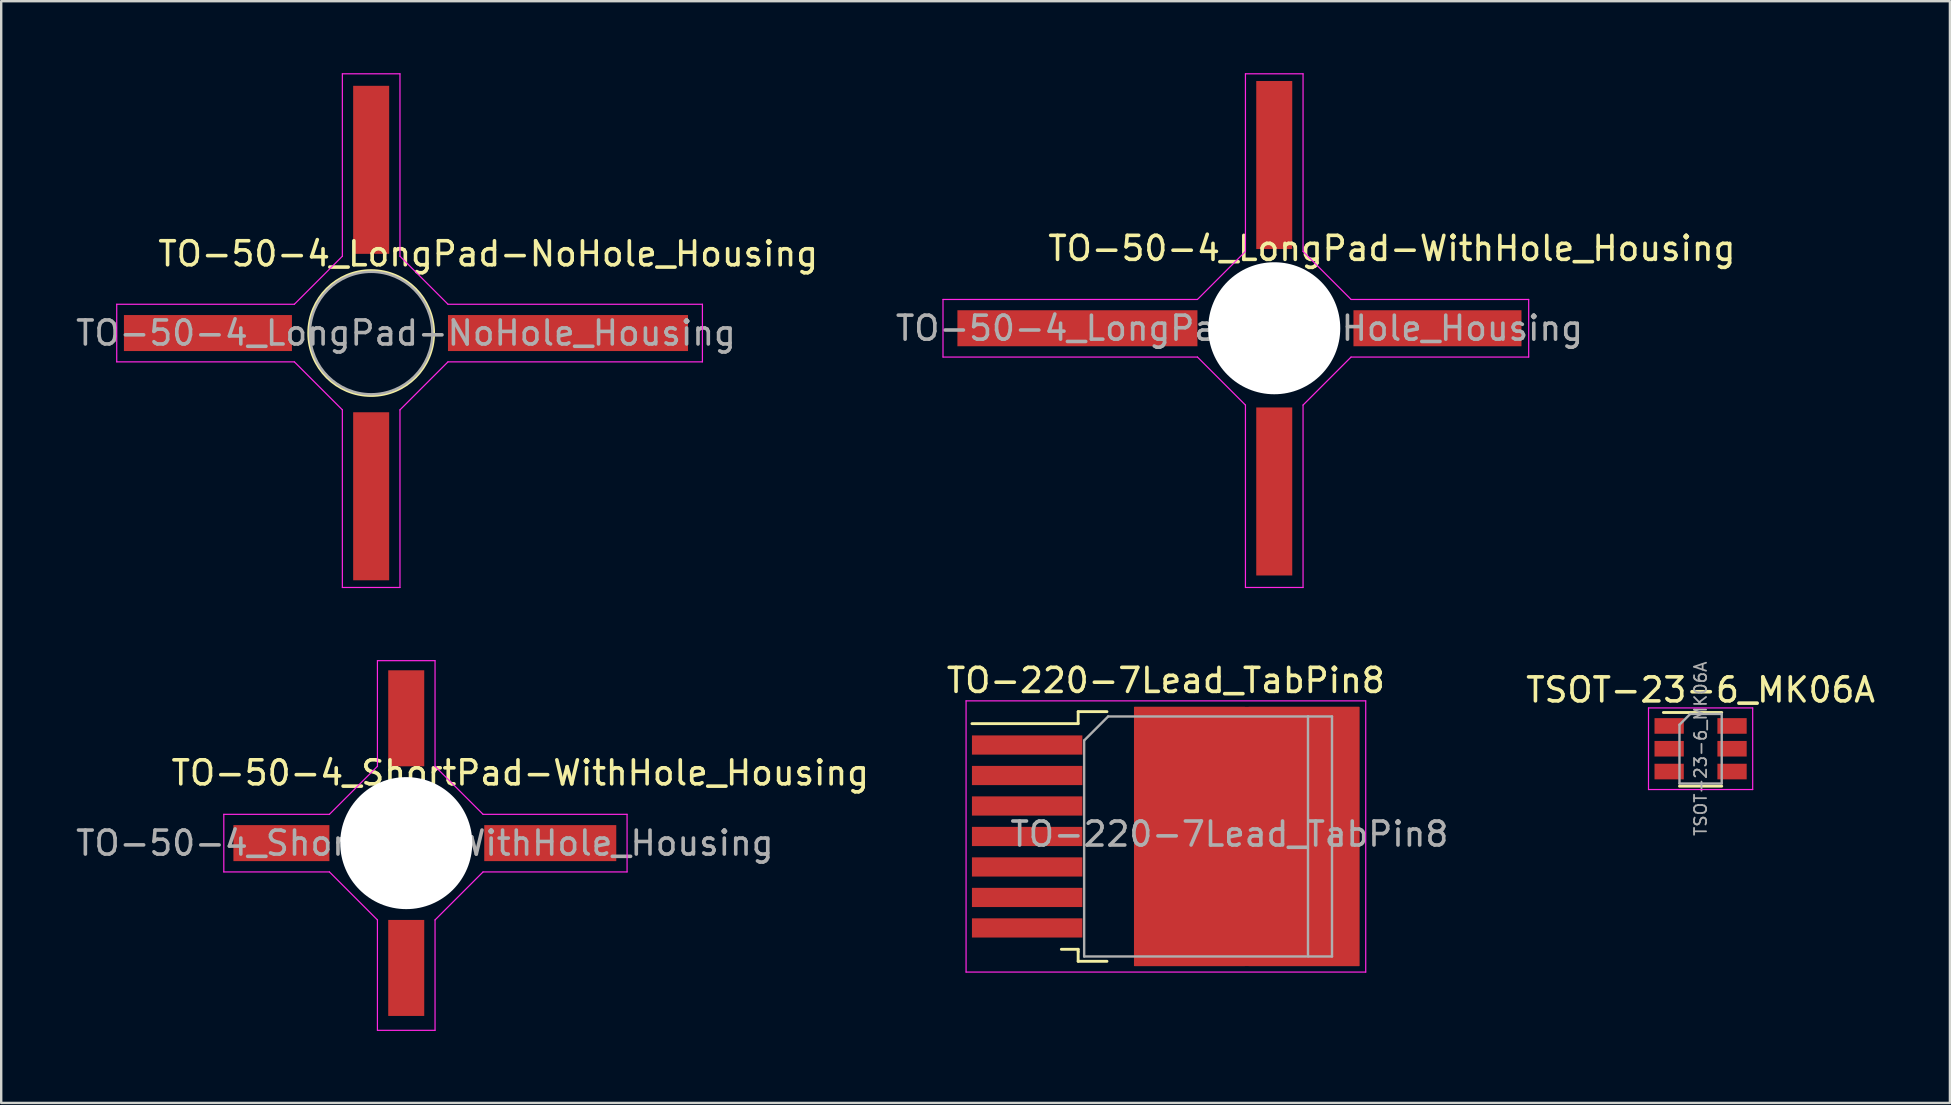
<source format=kicad_pcb>
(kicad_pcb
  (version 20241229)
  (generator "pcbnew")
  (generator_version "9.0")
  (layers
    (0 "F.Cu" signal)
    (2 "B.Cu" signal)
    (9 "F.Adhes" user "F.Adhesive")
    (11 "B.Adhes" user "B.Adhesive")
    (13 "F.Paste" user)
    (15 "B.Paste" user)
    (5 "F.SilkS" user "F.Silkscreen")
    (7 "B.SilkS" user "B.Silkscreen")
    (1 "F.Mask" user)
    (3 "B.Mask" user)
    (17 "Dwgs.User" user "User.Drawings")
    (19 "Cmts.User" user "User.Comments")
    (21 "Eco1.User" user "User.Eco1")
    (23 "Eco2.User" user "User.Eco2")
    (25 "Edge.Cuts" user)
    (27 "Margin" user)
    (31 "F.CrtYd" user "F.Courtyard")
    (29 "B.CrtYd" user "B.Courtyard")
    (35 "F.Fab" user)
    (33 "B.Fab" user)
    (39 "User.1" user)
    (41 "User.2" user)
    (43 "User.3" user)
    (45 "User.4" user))
  (footprint "TO-50-4_LongPad-WithHole_Housing"
    (layer "F.Cu")
    (at 49.336 10.625)
    (property "Reference" "TO-50-4_LongPad-WithHole_Housing" (at 5.6 -3.325 180) (layer "F.SilkS") (effects (font (size 1 1) (thickness 0.15))))
    (attr smd)
    (fp_line (start -13.1 -1.2) (end -2.5 -1.2) (stroke (width 0.05) (type solid)) (layer "F.CrtYd"))
    (fp_line (start -13.1 1.2) (end -13.1 -1.2) (stroke (width 0.05) (type solid)) (layer "F.CrtYd"))
    (fp_line (start -2.5 -1.2) (end -0.5 -3.2) (stroke (width 0.05) (type solid)) (layer "F.CrtYd"))
    (fp_line (start -2.5 1.2) (end -13.1 1.2) (stroke (width 0.05) (type solid)) (layer "F.CrtYd"))
    (fp_line (start -0.5 -10.6) (end 1.9 -10.6) (stroke (width 0.05) (type solid)) (layer "F.CrtYd"))
    (fp_line (start -0.5 -3.2) (end -0.5 -10.6) (stroke (width 0.05) (type solid)) (layer "F.CrtYd"))
    (fp_line (start -0.5 3.2) (end -2.5 1.2) (stroke (width 0.05) (type solid)) (layer "F.CrtYd"))
    (fp_line (start -0.5 10.8) (end -0.5 3.2) (stroke (width 0.05) (type solid)) (layer "F.CrtYd"))
    (fp_line (start 1.9 -10.6) (end 1.9 -3.2) (stroke (width 0.05) (type solid)) (layer "F.CrtYd"))
    (fp_line (start 1.9 -3.2) (end 3.9 -1.2) (stroke (width 0.05) (type solid)) (layer "F.CrtYd"))
    (fp_line (start 1.9 3.2) (end 1.9 10.8) (stroke (width 0.05) (type solid)) (layer "F.CrtYd"))
    (fp_line (start 1.9 10.8) (end -0.5 10.8) (stroke (width 0.05) (type solid)) (layer "F.CrtYd"))
    (fp_line (start 3.9 -1.2) (end 11.3 -1.2) (stroke (width 0.05) (type solid)) (layer "F.CrtYd"))
    (fp_line (start 3.9 1.2) (end 1.9 3.2) (stroke (width 0.05) (type solid)) (layer "F.CrtYd"))
    (fp_line (start 11.3 -1.2) (end 11.3 1.2) (stroke (width 0.05) (type solid)) (layer "F.CrtYd"))
    (fp_line (start 11.3 1.2) (end 3.9 1.2) (stroke (width 0.05) (type solid)) (layer "F.CrtYd"))
    (fp_circle (center 0.7 0) (end 0.65 2.55) (stroke (width 0.1) (type solid)) (fill no) (layer "F.Fab"))
    (fp_text user "${REFERENCE}" (at -0.75 0 0) (layer "F.Fab") (effects (font (size 1 1) (thickness 0.15))))
    (pad "" np_thru_hole circle (at 0.7 0 90) (size 5.5 5.5) (drill 5.5) (layers "*.Cu" "*.Mask"))
    (pad "1" smd rect (at 7.5 0 90) (size 1.5 7) (layers "F.Cu" "F.Mask" "F.Paste"))
    (pad "2" smd rect (at 0.7 -6.8 90) (size 7 1.5) (layers "F.Cu" "F.Mask" "F.Paste"))
    (pad "3" smd rect (at -7.5 0 90) (size 1.5 10) (layers "F.Cu" "F.Mask" "F.Paste"))
    (pad "4" smd rect (at 0.7 6.8 90) (size 7 1.5) (layers "F.Cu" "F.Mask" "F.Paste")))
  (footprint "TSOT-23-6_MK06A"
    (layer "F.Cu")
    (at 67.798 28.143)
    (property "Reference" "TSOT-23-6_MK06A" (at 0 -2.45 0) (layer "F.SilkS") (effects (font (size 1 1) (thickness 0.15))))
    (attr smd)
    (fp_line (start -0.88 1.56) (end 0.88 1.56) (stroke (width 0.12) (type solid)) (layer "F.SilkS"))
    (fp_line (start 0.88 -1.51) (end -1.55 -1.51) (stroke (width 0.12) (type solid)) (layer "F.SilkS"))
    (fp_line (start -2.17 -1.7) (end -2.17 1.7) (stroke (width 0.05) (type solid)) (layer "F.CrtYd"))
    (fp_line (start -2.17 -1.7) (end 2.17 -1.7) (stroke (width 0.05) (type solid)) (layer "F.CrtYd"))
    (fp_line (start 2.17 1.7) (end -2.17 1.7) (stroke (width 0.05) (type solid)) (layer "F.CrtYd"))
    (fp_line (start 2.17 1.7) (end 2.17 -1.7) (stroke (width 0.05) (type solid)) (layer "F.CrtYd"))
    (fp_line (start -0.88 -1) (end -0.88 1.45) (stroke (width 0.1) (type solid)) (layer "F.Fab"))
    (fp_line (start -0.88 -1) (end -0.43 -1.45) (stroke (width 0.1) (type solid)) (layer "F.Fab"))
    (fp_line (start 0.88 -1.45) (end -0.43 -1.45) (stroke (width 0.1) (type solid)) (layer "F.Fab"))
    (fp_line (start 0.88 -1.45) (end 0.88 1.45) (stroke (width 0.1) (type solid)) (layer "F.Fab"))
    (fp_line (start 0.88 1.45) (end -0.88 1.45) (stroke (width 0.1) (type solid)) (layer "F.Fab"))
    (fp_text user "${REFERENCE}" (at 0 0 90) (layer "F.Fab") (effects (font (size 0.5 0.5) (thickness 0.075))))
    (pad "1" smd rect (at -1.31 -0.95) (size 1.22 0.65) (layers "F.Cu" "F.Mask" "F.Paste"))
    (pad "2" smd rect (at -1.31 0) (size 1.22 0.65) (layers "F.Cu" "F.Mask" "F.Paste"))
    (pad "3" smd rect (at -1.31 0.95) (size 1.22 0.65) (layers "F.Cu" "F.Mask" "F.Paste"))
    (pad "4" smd rect (at 1.31 0.95) (size 1.22 0.65) (layers "F.Cu" "F.Mask" "F.Paste"))
    (pad "5" smd rect (at 1.31 0) (size 1.22 0.65) (layers "F.Cu" "F.Mask" "F.Paste"))
    (pad "6" smd rect (at 1.31 -0.95) (size 1.22 0.65) (layers "F.Cu" "F.Mask" "F.Paste")))
  (footprint "TO-50-4_ShortPad-WithHole_Housing"
    (layer "F.Cu")
    (at 14.274 32.075)
    (property "Reference" "TO-50-4_ShortPad-WithHole_Housing" (at 4.35 -2.925 0) (layer "F.SilkS") (effects (font (size 1 1) (thickness 0.15))))
    (attr smd)
    (fp_line (start -8 -1.2) (end -3.6 -1.2) (stroke (width 0.05) (type solid)) (layer "F.CrtYd"))
    (fp_line (start -8 1.2) (end -8 -1.2) (stroke (width 0.05) (type solid)) (layer "F.CrtYd"))
    (fp_line (start -3.6 -1.2) (end -1.6 -3.2) (stroke (width 0.05) (type solid)) (layer "F.CrtYd"))
    (fp_line (start -3.6 1.2) (end -8 1.2) (stroke (width 0.05) (type solid)) (layer "F.CrtYd"))
    (fp_line (start -1.6 -7.6) (end 0.8 -7.6) (stroke (width 0.05) (type solid)) (layer "F.CrtYd"))
    (fp_line (start -1.6 -3.2) (end -1.6 -7.6) (stroke (width 0.05) (type solid)) (layer "F.CrtYd"))
    (fp_line (start -1.6 3.2) (end -3.6 1.2) (stroke (width 0.05) (type solid)) (layer "F.CrtYd"))
    (fp_line (start -1.6 7.8) (end -1.6 3.2) (stroke (width 0.05) (type solid)) (layer "F.CrtYd"))
    (fp_line (start 0.8 -7.6) (end 0.8 -3.2) (stroke (width 0.05) (type solid)) (layer "F.CrtYd"))
    (fp_line (start 0.8 -3.2) (end 2.8 -1.2) (stroke (width 0.05) (type solid)) (layer "F.CrtYd"))
    (fp_line (start 0.8 3.2) (end 0.8 7.8) (stroke (width 0.05) (type solid)) (layer "F.CrtYd"))
    (fp_line (start 0.8 7.8) (end -1.6 7.8) (stroke (width 0.05) (type solid)) (layer "F.CrtYd"))
    (fp_line (start 2.8 -1.2) (end 8.8 -1.2) (stroke (width 0.05) (type solid)) (layer "F.CrtYd"))
    (fp_line (start 2.8 1.2) (end 0.8 3.2) (stroke (width 0.05) (type solid)) (layer "F.CrtYd"))
    (fp_line (start 8.8 -1.2) (end 8.8 1.2) (stroke (width 0.05) (type solid)) (layer "F.CrtYd"))
    (fp_line (start 8.8 1.2) (end 2.8 1.2) (stroke (width 0.05) (type solid)) (layer "F.CrtYd"))
    (fp_circle (center -0.4 0) (end -0.35 -2.55) (stroke (width 0.1) (type solid)) (fill no) (layer "F.Fab"))
    (fp_text user "${REFERENCE}" (at 0.375 0 0) (layer "F.Fab") (effects (font (size 1 1) (thickness 0.15))))
    (pad "" np_thru_hole circle (at -0.4 0 270) (size 5.5 5.5) (drill 5.5) (layers "*.Cu" "*.Mask"))
    (pad "1" smd rect (at -5.6 0 270) (size 1.5 4) (layers "F.Cu" "F.Mask" "F.Paste"))
    (pad "2" smd rect (at -0.4 5.2 270) (size 4 1.5) (layers "F.Cu" "F.Mask" "F.Paste"))
    (pad "3" smd rect (at 5.6 0 270) (size 1.5 5.5) (layers "F.Cu" "F.Mask" "F.Paste"))
    (pad "4" smd rect (at -0.4 -5.2 270) (size 4 1.5) (layers "F.Cu" "F.Mask" "F.Paste")))
  (footprint "TO-220-7Lead_TabPin8"
    (layer "F.Cu")
    (at 45.517 31.798)
    (property "Reference" "TO-220-7Lead_TabPin8" (at 0 -6.5 0) (layer "F.SilkS") (effects (font (size 1 1) (thickness 0.15))))
    (attr smd)
    (fp_line (start -8.075 -4.7) (end -3.65 -4.7) (stroke (width 0.12) (type solid)) (layer "F.SilkS"))
    (fp_line (start -4.35 4.7) (end -3.65 4.7) (stroke (width 0.12) (type solid)) (layer "F.SilkS"))
    (fp_line (start -3.65 -5.2) (end -2.45 -5.2) (stroke (width 0.12) (type solid)) (layer "F.SilkS"))
    (fp_line (start -3.65 -4.7) (end -3.65 -5.2) (stroke (width 0.12) (type solid)) (layer "F.SilkS"))
    (fp_line (start -3.65 4.7) (end -3.65 4.8) (stroke (width 0.12) (type solid)) (layer "F.SilkS"))
    (fp_line (start -3.65 5.2) (end -3.65 4.8) (stroke (width 0.12) (type solid)) (layer "F.SilkS"))
    (fp_line (start -2.45 5.2) (end -3.65 5.2) (stroke (width 0.12) (type solid)) (layer "F.SilkS"))
    (fp_line (start -8.32 -5.65) (end -8.32 5.65) (stroke (width 0.05) (type solid)) (layer "F.CrtYd"))
    (fp_line (start -8.32 -5.65) (end 8.33 -5.65) (stroke (width 0.05) (type solid)) (layer "F.CrtYd"))
    (fp_line (start 8.33 5.65) (end -8.32 5.65) (stroke (width 0.05) (type solid)) (layer "F.CrtYd"))
    (fp_line (start 8.33 5.65) (end 8.33 -5.65) (stroke (width 0.05) (type solid)) (layer "F.CrtYd"))
    (fp_line (start -3.4 -4) (end -3.4 5) (stroke (width 0.1) (type solid)) (layer "F.Fab"))
    (fp_line (start -3.4 -4) (end -2.4 -5) (stroke (width 0.1) (type solid)) (layer "F.Fab"))
    (fp_line (start -3.4 5) (end 5.85 5) (stroke (width 0.1) (type solid)) (layer "F.Fab"))
    (fp_line (start -2.4 -5) (end 5.925 -5) (stroke (width 0.1) (type solid)) (layer "F.Fab"))
    (fp_line (start 5.925 -5) (end 5.925 5) (stroke (width 0.1) (type solid)) (layer "F.Fab"))
    (fp_line (start 5.925 -5) (end 6.925 -5) (stroke (width 0.1) (type solid)) (layer "F.Fab"))
    (fp_line (start 5.925 5) (end 6.925 5) (stroke (width 0.1) (type solid)) (layer "F.Fab"))
    (fp_line (start 6.925 -5) (end 6.925 5) (stroke (width 0.1) (type solid)) (layer "F.Fab"))
    (fp_text user "${REFERENCE}" (at 2.65 -0.1 0) (layer "F.Fab") (effects (font (size 1 1) (thickness 0.15))))
    (pad "1" smd rect (at -5.775 -3.81) (size 4.6 0.8) (layers "F.Cu" "F.Mask" "F.Paste"))
    (pad "2" smd rect (at -5.775 -2.54) (size 4.6 0.8) (layers "F.Cu" "F.Mask" "F.Paste"))
    (pad "3" smd rect (at -5.775 -1.27) (size 4.6 0.8) (layers "F.Cu" "F.Mask" "F.Paste"))
    (pad "4" smd rect (at -5.775 0) (size 4.6 0.8) (layers "F.Cu" "F.Mask" "F.Paste"))
    (pad "5" smd rect (at -5.775 1.27) (size 4.6 0.8) (layers "F.Cu" "F.Mask" "F.Paste"))
    (pad "6" smd rect (at -5.775 2.54) (size 4.6 0.8) (layers "F.Cu" "F.Mask" "F.Paste"))
    (pad "7" smd rect (at -5.775 3.81) (size 4.6 0.8) (layers "F.Cu" "F.Mask" "F.Paste"))
    (pad "8" smd rect (at 1 -2.75) (size 4.6 5.3) (layers "F.Cu" "F.Paste"))
    (pad "8" smd rect (at 1 2.75) (size 4.6 5.3) (layers "F.Cu" "F.Paste"))
    (pad "8" smd rect (at 3.375 0) (size 9.4 10.8) (layers "F.Cu" "F.Mask"))
    (pad "8" smd rect (at 5.75 -2.75) (size 4.6 5.3) (layers "F.Cu" "F.Paste"))
    (pad "8" smd rect (at 5.75 2.75) (size 4.6 5.3) (layers "F.Cu" "F.Paste")))
  (footprint "TO-50-4_LongPad-NoHole_Housing"
    (layer "F.Cu")
    (at 13.113 10.825)
    (property "Reference" "TO-50-4_LongPad-NoHole_Housing" (at 4.175 -3.3 0) (layer "F.SilkS") (effects (font (size 1 1) (thickness 0.15))))
    (attr smd)
    (fp_circle (center -0.7 0) (end -0.7 -2.6) (stroke (width 0.12) (type solid)) (fill no) (layer "F.SilkS"))
    (fp_line (start -11.3 -1.2) (end -3.9 -1.2) (stroke (width 0.05) (type solid)) (layer "F.CrtYd"))
    (fp_line (start -11.3 1.2) (end -11.3 -1.2) (stroke (width 0.05) (type solid)) (layer "F.CrtYd"))
    (fp_line (start -3.9 -1.2) (end -1.9 -3.2) (stroke (width 0.05) (type solid)) (layer "F.CrtYd"))
    (fp_line (start -3.9 1.2) (end -11.3 1.2) (stroke (width 0.05) (type solid)) (layer "F.CrtYd"))
    (fp_line (start -1.9 -10.8) (end 0.5 -10.8) (stroke (width 0.05) (type solid)) (layer "F.CrtYd"))
    (fp_line (start -1.9 -3.2) (end -1.9 -10.8) (stroke (width 0.05) (type solid)) (layer "F.CrtYd"))
    (fp_line (start -1.9 3.2) (end -3.9 1.2) (stroke (width 0.05) (type solid)) (layer "F.CrtYd"))
    (fp_line (start -1.9 10.6) (end -1.9 3.2) (stroke (width 0.05) (type solid)) (layer "F.CrtYd"))
    (fp_line (start 0.5 -10.8) (end 0.5 -3.2) (stroke (width 0.05) (type solid)) (layer "F.CrtYd"))
    (fp_line (start 0.5 -3.2) (end 2.5 -1.2) (stroke (width 0.05) (type solid)) (layer "F.CrtYd"))
    (fp_line (start 0.5 3.2) (end 0.5 10.6) (stroke (width 0.05) (type solid)) (layer "F.CrtYd"))
    (fp_line (start 0.5 10.6) (end -1.9 10.6) (stroke (width 0.05) (type solid)) (layer "F.CrtYd"))
    (fp_line (start 2.5 -1.2) (end 13.1 -1.2) (stroke (width 0.05) (type solid)) (layer "F.CrtYd"))
    (fp_line (start 2.5 1.2) (end 0.5 3.2) (stroke (width 0.05) (type solid)) (layer "F.CrtYd"))
    (fp_line (start 13.1 -1.2) (end 13.1 1.2) (stroke (width 0.05) (type solid)) (layer "F.CrtYd"))
    (fp_line (start 13.1 1.2) (end 2.5 1.2) (stroke (width 0.05) (type solid)) (layer "F.CrtYd"))
    (fp_circle (center -0.7 0) (end -0.65 -2.55) (stroke (width 0.1) (type solid)) (fill no) (layer "F.Fab"))
    (fp_text user "${REFERENCE}" (at 0.75 0 0) (layer "F.Fab") (effects (font (size 1 1) (thickness 0.15))))
    (pad "1" smd rect (at -7.5 0 270) (size 1.5 7) (layers "F.Cu" "F.Mask" "F.Paste"))
    (pad "2" smd rect (at -0.7 6.8 270) (size 7 1.5) (layers "F.Cu" "F.Mask" "F.Paste"))
    (pad "3" smd rect (at 7.5 0 270) (size 1.5 10) (layers "F.Cu" "F.Mask" "F.Paste"))
    (pad "4" smd rect (at -0.7 -6.8 270) (size 7 1.5) (layers "F.Cu" "F.Mask" "F.Paste")))
  (gr_rect
    (start -3 -3)
    (end 78.185 42.9)
    (stroke (width 0.1) (type default))
    (fill no)
    (layer "Edge.Cuts")))
</source>
